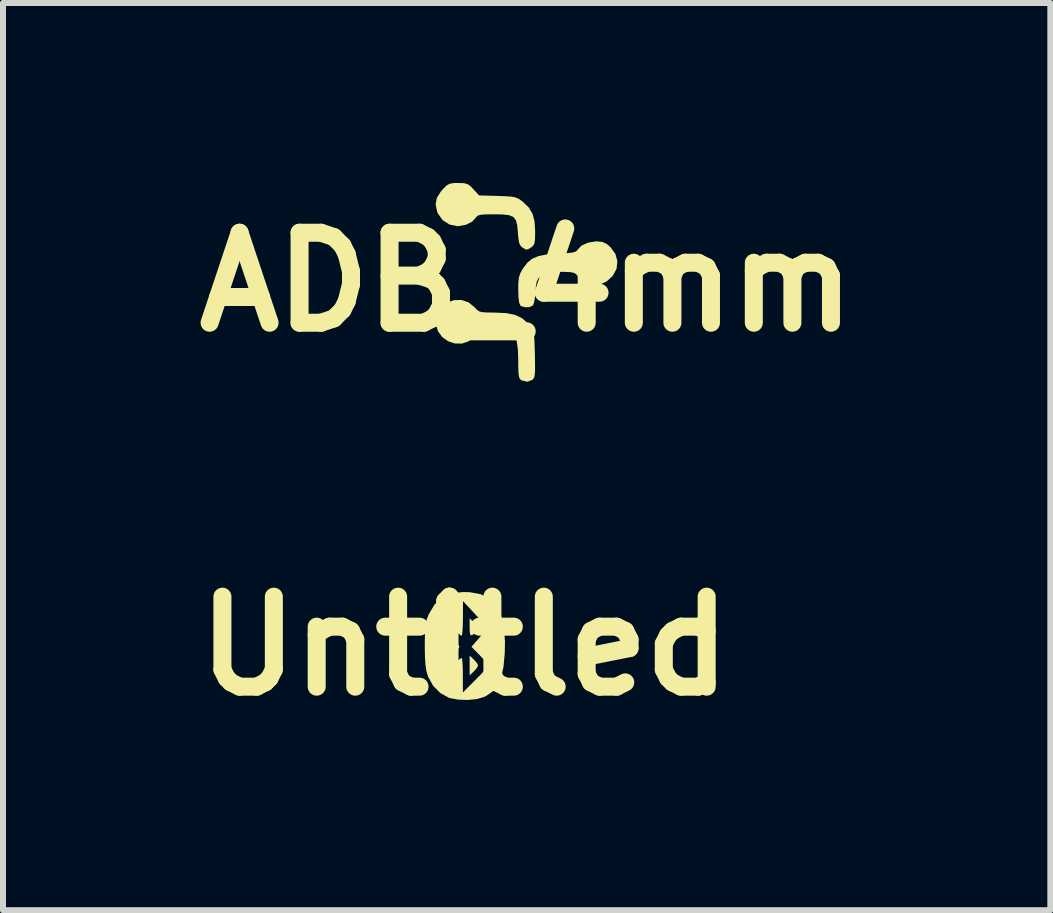
<source format=kicad_pcb>
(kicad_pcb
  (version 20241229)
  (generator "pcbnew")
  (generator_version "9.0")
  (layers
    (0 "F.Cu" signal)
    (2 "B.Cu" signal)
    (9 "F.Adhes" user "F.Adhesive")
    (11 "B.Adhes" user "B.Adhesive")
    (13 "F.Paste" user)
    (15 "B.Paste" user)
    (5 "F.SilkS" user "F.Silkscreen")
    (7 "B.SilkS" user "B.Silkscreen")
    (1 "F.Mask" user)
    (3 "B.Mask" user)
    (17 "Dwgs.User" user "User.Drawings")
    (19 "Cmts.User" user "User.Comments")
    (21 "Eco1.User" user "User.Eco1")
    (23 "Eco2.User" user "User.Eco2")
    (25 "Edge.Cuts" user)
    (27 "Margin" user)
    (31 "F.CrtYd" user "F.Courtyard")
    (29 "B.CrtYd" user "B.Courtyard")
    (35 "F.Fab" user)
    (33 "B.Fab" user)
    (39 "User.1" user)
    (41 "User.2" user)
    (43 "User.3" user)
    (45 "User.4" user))
  (footprint "Untitled"
    (layer "F.Cu")
    (at 4.693 7.717)
    (property "Reference" "Untitled" (at 0 0 0) (layer "F.SilkS") (effects (font (size 1.5 1.5) (thickness 0.3))))
    (attr board_only exclude_from_pos_files exclude_from_bom)
    (fp_poly (pts (xy 0.155 -0.395) (xy 0.212 -0.329) (xy 0.22 -0.276) (xy 0.18 -0.222) (xy 0.174 -0.216) (xy 0.127 -0.179) (xy 0.099 -0.18) (xy 0.087 -0.226) (xy 0.085 -0.315) (xy 0.085 -0.461)) (stroke (width 0) (type solid)) (fill yes) (layer "F.SilkS"))
    (fp_poly (pts (xy 0.155 0.226) (xy 0.203 0.28) (xy 0.226 0.322) (xy 0.226 0.325) (xy 0.207 0.364) (xy 0.161 0.418) (xy 0.155 0.423) (xy 0.085 0.49) (xy 0.085 0.325) (xy 0.085 0.159)) (stroke (width 0) (type solid)) (fill yes) (layer "F.SilkS"))
    (fp_poly (pts (xy 0.089 -0.896) (xy 0.268 -0.863) (xy 0.413 -0.79) (xy 0.525 -0.677) (xy 0.606 -0.52) (xy 0.655 -0.32) (xy 0.674 -0.073) (xy 0.67 0.12) (xy 0.65 0.342) (xy 0.613 0.517) (xy 0.555 0.651) (xy 0.473 0.754) (xy 0.363 0.831) (xy 0.325 0.85) (xy 0.205 0.885) (xy 0.056 0.9) (xy -0.1 0.895) (xy -0.239 0.87) (xy -0.265 0.862) (xy -0.406 0.783) (xy -0.525 0.662) (xy -0.608 0.511) (xy -0.613 0.496) (xy -0.637 0.412) (xy -0.644 0.364) (xy -0.373 0.364) (xy -0.361 0.388) (xy -0.353 0.395) (xy -0.322 0.411) (xy -0.286 0.401) (xy -0.233 0.358) (xy -0.188 0.315) (xy -0.121 0.252) (xy -0.07 0.21) (xy -0.048 0.198) (xy -0.04 0.224) (xy -0.033 0.295) (xy -0.029 0.398) (xy -0.028 0.486) (xy -0.028 0.775) (xy 0.183 0.564) (xy 0.271 0.475) (xy 0.34 0.399) (xy 0.384 0.346) (xy 0.395 0.326) (xy 0.377 0.293) (xy 0.328 0.234) (xy 0.259 0.16) (xy 0.255 0.156) (xy 0.115 0.014) (xy 0.252 -0.143) (xy 0.39 -0.299) (xy 0.182 -0.524) (xy -0.026 -0.748) (xy -0.027 -0.459) (xy -0.029 -0.339) (xy -0.035 -0.243) (xy -0.042 -0.183) (xy -0.048 -0.169) (xy -0.078 -0.188) (xy -0.133 -0.235) (xy -0.188 -0.287) (xy -0.258 -0.351) (xy -0.302 -0.38) (xy -0.335 -0.379) (xy -0.353 -0.367) (xy -0.372 -0.344) (xy -0.367 -0.315) (xy -0.335 -0.27) (xy -0.269 -0.199) (xy -0.241 -0.171) (xy -0.168 -0.093) (xy -0.112 -0.029) (xy -0.086 0.01) (xy -0.085 0.014) (xy -0.103 0.045) (xy -0.153 0.105) (xy -0.223 0.18) (xy -0.241 0.199) (xy -0.319 0.28) (xy -0.361 0.331) (xy -0.373 0.364) (xy -0.644 0.364) (xy -0.652 0.311) (xy -0.66 0.18) (xy -0.663 0.006) (xy -0.663 -0.014) (xy -0.661 -0.172) (xy -0.657 -0.286) (xy -0.647 -0.371) (xy -0.631 -0.441) (xy -0.605 -0.507) (xy -0.596 -0.529) (xy -0.501 -0.689) (xy -0.378 -0.803) (xy -0.224 -0.872) (xy -0.035 -0.899)) (stroke (width 0) (type solid)) (fill yes) (layer "F.SilkS")))
  (footprint "ADB_4mm"
    (layer "F.Cu")
    (at 5.729 1.651)
    (property "Reference" "ADB_4mm" (at 0 0 0) (layer "F.SilkS") (effects (font (size 1.5 1.5) (thickness 0.3))))
    (attr board_only exclude_from_pos_files exclude_from_bom)
    (fp_poly (pts (xy 1.26 -0.669) (xy 1.332 -0.636) (xy 1.393 -0.585) (xy 1.478 -0.471) (xy 1.512 -0.345) (xy 1.497 -0.218) (xy 1.432 -0.1) (xy 1.329 -0.007) (xy 1.204 0.046) (xy 1.075 0.046) (xy 0.953 -0.005) (xy 0.852 -0.098) (xy 0.821 -0.133) (xy 0.784 -0.154) (xy 0.727 -0.165) (xy 0.638 -0.169) (xy 0.555 -0.169) (xy 0.433 -0.168) (xy 0.352 -0.16) (xy 0.296 -0.144) (xy 0.251 -0.115) (xy 0.236 -0.103) (xy 0.193 -0.059) (xy 0.168 -0.008) (xy 0.154 0.068) (xy 0.147 0.158) (xy 0.137 0.262) (xy 0.122 0.344) (xy 0.106 0.388) (xy 0.053 0.416) (xy -0.022 0.421) (xy -0.09 0.402) (xy -0.107 0.389) (xy -0.126 0.342) (xy -0.137 0.248) (xy -0.141 0.127) (xy -0.139 0.006) (xy -0.129 -0.079) (xy -0.107 -0.146) (xy -0.069 -0.216) (xy -0.06 -0.229) (xy 0.01 -0.322) (xy 0.093 -0.389) (xy 0.198 -0.433) (xy 0.336 -0.46) (xy 0.519 -0.474) (xy 0.53 -0.475) (xy 0.664 -0.481) (xy 0.753 -0.49) (xy 0.807 -0.503) (xy 0.837 -0.523) (xy 0.848 -0.539) (xy 0.913 -0.607) (xy 1.017 -0.655) (xy 1.144 -0.677) (xy 1.168 -0.677)) (stroke (width 0) (type solid)) (fill yes) (layer "F.SilkS"))
    (fp_poly (pts (xy -1.048 -1.648) (xy -0.985 -1.632) (xy -0.932 -1.593) (xy -0.889 -1.548) (xy -0.794 -1.444) (xy -0.484 -1.435) (xy -0.347 -1.43) (xy -0.252 -1.423) (xy -0.187 -1.41) (xy -0.138 -1.39) (xy -0.09 -1.358) (xy -0.066 -1.339) (xy 0.034 -1.243) (xy 0.097 -1.138) (xy 0.131 -1.009) (xy 0.141 -0.841) (xy 0.141 -0.841) (xy 0.139 -0.728) (xy 0.132 -0.657) (xy 0.114 -0.614) (xy 0.085 -0.585) (xy 0.078 -0.58) (xy 0.022 -0.545) (xy -0.016 -0.542) (xy -0.067 -0.572) (xy -0.075 -0.578) (xy -0.109 -0.612) (xy -0.129 -0.665) (xy -0.141 -0.753) (xy -0.146 -0.816) (xy -0.157 -0.943) (xy -0.18 -1.03) (xy -0.223 -1.085) (xy -0.297 -1.115) (xy -0.41 -1.127) (xy -0.54 -1.129) (xy -0.669 -1.128) (xy -0.753 -1.123) (xy -0.803 -1.112) (xy -0.832 -1.094) (xy -0.847 -1.073) (xy -0.912 -1.004) (xy -1.014 -0.954) (xy -1.134 -0.932) (xy -1.152 -0.931) (xy -1.286 -0.958) (xy -1.4 -1.031) (xy -1.48 -1.141) (xy -1.493 -1.174) (xy -1.518 -1.294) (xy -1.498 -1.401) (xy -1.431 -1.509) (xy -1.398 -1.547) (xy -1.338 -1.607) (xy -1.285 -1.638) (xy -1.215 -1.65) (xy -1.143 -1.651)) (stroke (width 0) (type solid)) (fill yes) (layer "F.SilkS"))
    (fp_poly (pts (xy -0.968 0.339) (xy -0.864 0.425) (xy -0.828 0.464) (xy -0.793 0.488) (xy -0.744 0.502) (xy -0.667 0.507) (xy -0.549 0.509) (xy -0.531 0.509) (xy -0.341 0.518) (xy -0.194 0.547) (xy -0.08 0.601) (xy 0.014 0.683) (xy 0.046 0.721) (xy 0.078 0.767) (xy 0.101 0.809) (xy 0.116 0.861) (xy 0.126 0.932) (xy 0.131 1.035) (xy 0.136 1.182) (xy 0.136 1.21) (xy 0.139 1.366) (xy 0.139 1.475) (xy 0.134 1.547) (xy 0.125 1.591) (xy 0.108 1.618) (xy 0.096 1.629) (xy 0.01 1.662) (xy -0.081 1.64) (xy -0.092 1.635) (xy -0.114 1.614) (xy -0.129 1.576) (xy -0.137 1.51) (xy -0.141 1.405) (xy -0.141 1.31) (xy -0.147 1.126) (xy -0.165 0.991) (xy -0.198 0.901) (xy -0.246 0.848) (xy -0.269 0.836) (xy -0.318 0.828) (xy -0.406 0.822) (xy -0.517 0.819) (xy -0.554 0.818) (xy -0.672 0.82) (xy -0.748 0.825) (xy -0.797 0.84) (xy -0.833 0.867) (xy -0.864 0.901) (xy -0.966 0.987) (xy -1.081 1.026) (xy -1.199 1.024) (xy -1.311 0.986) (xy -1.407 0.918) (xy -1.477 0.823) (xy -1.513 0.709) (xy -1.504 0.579) (xy -1.496 0.551) (xy -1.43 0.431) (xy -1.333 0.347) (xy -1.215 0.302) (xy -1.089 0.299)) (stroke (width 0) (type solid)) (fill yes) (layer "F.SilkS")))
  (gr_rect
    (start -3 -3)
    (end 14.457 12.121)
    (stroke (width 0.1) (type default))
    (fill no)
    (layer "Edge.Cuts")))
</source>
